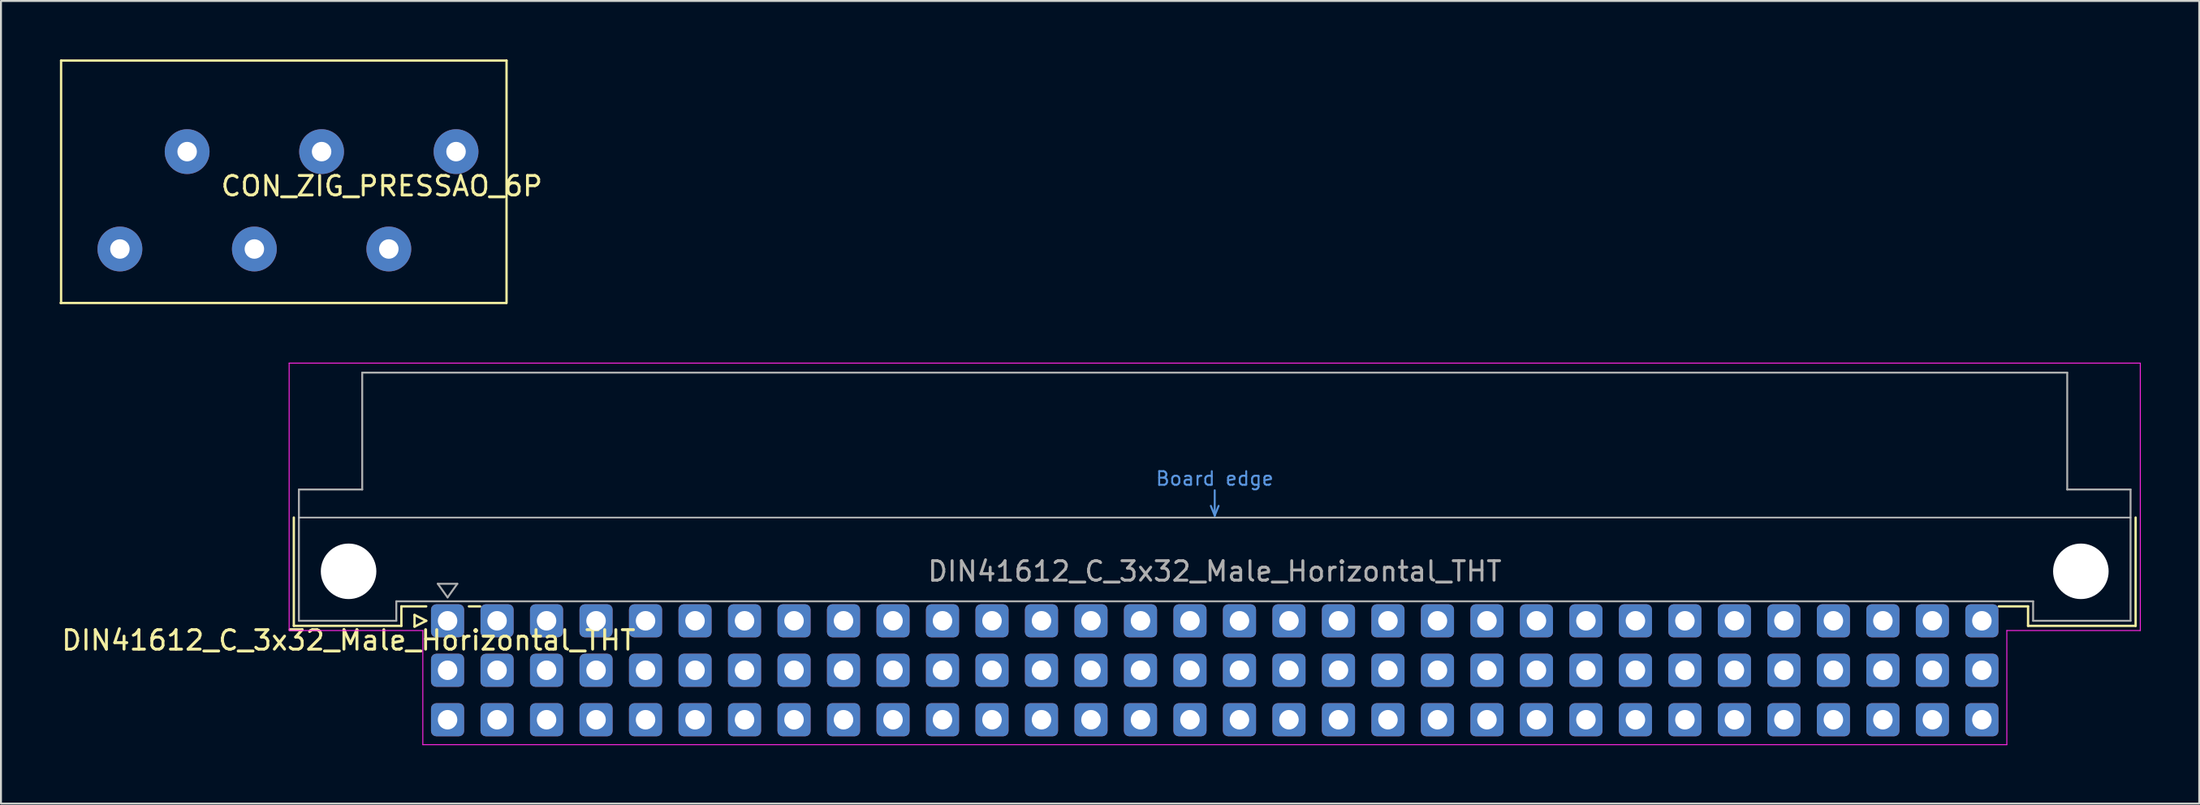
<source format=kicad_pcb>
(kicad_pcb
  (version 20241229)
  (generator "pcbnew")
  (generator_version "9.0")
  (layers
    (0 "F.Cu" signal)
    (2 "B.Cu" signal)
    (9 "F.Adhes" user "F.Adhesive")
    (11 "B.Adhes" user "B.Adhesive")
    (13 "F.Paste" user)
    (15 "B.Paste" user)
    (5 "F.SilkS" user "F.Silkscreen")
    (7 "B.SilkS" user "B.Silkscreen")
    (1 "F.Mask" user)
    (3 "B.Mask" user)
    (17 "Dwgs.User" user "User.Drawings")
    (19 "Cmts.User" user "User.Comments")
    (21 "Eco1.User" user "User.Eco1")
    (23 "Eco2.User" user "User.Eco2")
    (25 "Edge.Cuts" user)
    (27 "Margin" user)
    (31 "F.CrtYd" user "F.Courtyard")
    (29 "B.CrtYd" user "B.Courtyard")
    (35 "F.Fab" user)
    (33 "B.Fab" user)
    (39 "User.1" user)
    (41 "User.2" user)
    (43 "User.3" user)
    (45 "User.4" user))
  (footprint "DIN41612_C_3x32_Male_Horizontal_THT"
    (layer "F.Cu")
    (at 19.919 28.821)
    (property "Reference" "DIN41612_C_3x32_Male_Horizontal_THT" (at -5.08 1 0) (layer "F.SilkS") (effects (font (size 1 1) (thickness 0.15))))
    (attr through_hole)
    (fp_line (start -7.89 -5.3) (end -7.89 0.26) (stroke (width 0.12) (type solid)) (layer "F.SilkS"))
    (fp_line (start -7.89 0.26) (end -2.37 0.26) (stroke (width 0.12) (type solid)) (layer "F.SilkS"))
    (fp_line (start -2.371 -0.74) (end -1.095 -0.74) (stroke (width 0.12) (type solid)) (layer "F.SilkS"))
    (fp_line (start -2.37 0.26) (end -2.37 -0.74) (stroke (width 0.12) (type solid)) (layer "F.SilkS"))
    (fp_line (start -1.695 -0.3) (end -1.695 0.3) (stroke (width 0.12) (type solid)) (layer "F.SilkS"))
    (fp_line (start -1.695 0.3) (end -1.095 0) (stroke (width 0.12) (type solid)) (layer "F.SilkS"))
    (fp_line (start -1.095 0) (end -1.695 -0.3) (stroke (width 0.12) (type solid)) (layer "F.SilkS"))
    (fp_line (start 1.095 -0.74) (end 1.671 -0.74) (stroke (width 0.12) (type solid)) (layer "F.SilkS"))
    (fp_line (start 79.61 -0.74) (end 81.11 -0.74) (stroke (width 0.12) (type solid)) (layer "F.SilkS"))
    (fp_line (start 81.11 0.26) (end 81.11 -0.74) (stroke (width 0.12) (type solid)) (layer "F.SilkS"))
    (fp_line (start 86.63 -5.3) (end 86.63 0.26) (stroke (width 0.12) (type solid)) (layer "F.SilkS"))
    (fp_line (start 86.63 0.26) (end 81.11 0.26) (stroke (width 0.12) (type solid)) (layer "F.SilkS"))
    (fp_line (start -7.63 -5.3) (end 86.37 -5.3) (stroke (width 0.08) (type solid)) (layer "Dwgs.User"))
    (fp_line (start 39.17 -5.9) (end 39.37 -5.4) (stroke (width 0.1) (type solid)) (layer "Cmts.User"))
    (fp_line (start 39.37 -5.4) (end 39.37 -6.7) (stroke (width 0.1) (type solid)) (layer "Cmts.User"))
    (fp_line (start 39.37 -5.4) (end 39.57 -5.9) (stroke (width 0.1) (type solid)) (layer "Cmts.User"))
    (fp_line (start -8.13 -13.23) (end -8.13 0.5) (stroke (width 0.05) (type solid)) (layer "F.CrtYd"))
    (fp_line (start -8.13 0.5) (end -1.27 0.5) (stroke (width 0.05) (type solid)) (layer "F.CrtYd"))
    (fp_line (start -1.27 0.5) (end -1.27 6.36) (stroke (width 0.05) (type solid)) (layer "F.CrtYd"))
    (fp_line (start -1.27 6.36) (end 80.02 6.36) (stroke (width 0.05) (type solid)) (layer "F.CrtYd"))
    (fp_line (start 80.02 0.5) (end 86.87 0.5) (stroke (width 0.05) (type solid)) (layer "F.CrtYd"))
    (fp_line (start 80.02 6.36) (end 80.02 0.5) (stroke (width 0.05) (type solid)) (layer "F.CrtYd"))
    (fp_line (start 86.87 -13.23) (end -8.13 -13.23) (stroke (width 0.05) (type solid)) (layer "F.CrtYd"))
    (fp_line (start 86.87 0.5) (end 86.87 -13.23) (stroke (width 0.05) (type solid)) (layer "F.CrtYd"))
    (fp_line (start -7.63 -6.74) (end -7.63 0) (stroke (width 0.1) (type solid)) (layer "F.Fab"))
    (fp_line (start -7.63 0) (end -2.63 0) (stroke (width 0.1) (type solid)) (layer "F.Fab"))
    (fp_line (start -4.38 -12.74) (end -4.38 -6.74) (stroke (width 0.1) (type solid)) (layer "F.Fab"))
    (fp_line (start -4.38 -6.74) (end -7.63 -6.74) (stroke (width 0.1) (type solid)) (layer "F.Fab"))
    (fp_line (start -2.63 -1) (end 81.37 -1) (stroke (width 0.1) (type solid)) (layer "F.Fab"))
    (fp_line (start -2.63 0) (end -2.63 -1) (stroke (width 0.1) (type solid)) (layer "F.Fab"))
    (fp_line (start -0.5 -1.9) (end 0.5 -1.9) (stroke (width 0.1) (type solid)) (layer "F.Fab"))
    (fp_line (start 0 -1.2) (end -0.5 -1.9) (stroke (width 0.1) (type solid)) (layer "F.Fab"))
    (fp_line (start 0.5 -1.9) (end 0 -1.2) (stroke (width 0.1) (type solid)) (layer "F.Fab"))
    (fp_line (start 81.37 -1) (end 81.37 0) (stroke (width 0.1) (type solid)) (layer "F.Fab"))
    (fp_line (start 81.37 0) (end 86.37 0) (stroke (width 0.1) (type solid)) (layer "F.Fab"))
    (fp_line (start 83.12 -12.74) (end -4.38 -12.74) (stroke (width 0.1) (type solid)) (layer "F.Fab"))
    (fp_line (start 83.12 -6.74) (end 83.12 -12.74) (stroke (width 0.1) (type solid)) (layer "F.Fab"))
    (fp_line (start 86.37 -6.74) (end 83.12 -6.74) (stroke (width 0.1) (type solid)) (layer "F.Fab"))
    (fp_line (start 86.37 0) (end 86.37 -6.74) (stroke (width 0.1) (type solid)) (layer "F.Fab"))
    (fp_text user "Board edge" (at 39.37 -7.3 0) (layer "Cmts.User") (effects (font (size 0.7 0.7) (thickness 0.1))))
    (fp_text user "${REFERENCE}" (at 39.37 -2.54 0) (layer "F.Fab") (effects (font (size 1 1) (thickness 0.15))))
    (pad "" np_thru_hole circle (at -5.08 -2.54) (size 2.85 2.85) (drill 2.85) (layers "*.Cu" "*.Mask"))
    (pad "" np_thru_hole circle (at 83.82 -2.54) (size 2.85 2.85) (drill 2.85) (layers "*.Cu" "*.Mask"))
    (pad "1" thru_hole roundrect (at 0 0) (size 1.7 1.7) (drill 1) (layers "*.Cu" "*.Mask") (roundrect_rratio 0.161))
    (pad "1" thru_hole roundrect (at 0 2.54) (size 1.7 1.7) (drill 1) (layers "*.Cu" "*.Mask") (roundrect_rratio 0.161))
    (pad "1" thru_hole roundrect (at 0 5.08) (size 1.7 1.7) (drill 1) (layers "*.Cu" "*.Mask") (roundrect_rratio 0.161))
    (pad "2" thru_hole roundrect (at 2.54 0) (size 1.7 1.7) (drill 1) (layers "*.Cu" "*.Mask") (roundrect_rratio 0.161))
    (pad "2" thru_hole roundrect (at 2.54 2.54) (size 1.7 1.7) (drill 1) (layers "*.Cu" "*.Mask") (roundrect_rratio 0.161))
    (pad "2" thru_hole roundrect (at 2.54 5.08) (size 1.7 1.7) (drill 1) (layers "*.Cu" "*.Mask") (roundrect_rratio 0.161))
    (pad "3" thru_hole roundrect (at 5.08 0) (size 1.7 1.7) (drill 1) (layers "*.Cu" "*.Mask") (roundrect_rratio 0.161))
    (pad "3" thru_hole roundrect (at 5.08 2.54) (size 1.7 1.7) (drill 1) (layers "*.Cu" "*.Mask") (roundrect_rratio 0.161))
    (pad "3" thru_hole roundrect (at 5.08 5.08) (size 1.7 1.7) (drill 1) (layers "*.Cu" "*.Mask") (roundrect_rratio 0.161))
    (pad "4" thru_hole roundrect (at 7.62 0) (size 1.7 1.7) (drill 1) (layers "*.Cu" "*.Mask") (roundrect_rratio 0.161))
    (pad "4" thru_hole roundrect (at 7.62 2.54) (size 1.7 1.7) (drill 1) (layers "*.Cu" "*.Mask") (roundrect_rratio 0.161))
    (pad "4" thru_hole roundrect (at 7.62 5.08) (size 1.7 1.7) (drill 1) (layers "*.Cu" "*.Mask") (roundrect_rratio 0.161))
    (pad "5" thru_hole roundrect (at 10.16 0) (size 1.7 1.7) (drill 1) (layers "*.Cu" "*.Mask") (roundrect_rratio 0.161))
    (pad "5" thru_hole roundrect (at 10.16 2.54) (size 1.7 1.7) (drill 1) (layers "*.Cu" "*.Mask") (roundrect_rratio 0.161))
    (pad "5" thru_hole roundrect (at 10.16 5.08) (size 1.7 1.7) (drill 1) (layers "*.Cu" "*.Mask") (roundrect_rratio 0.161))
    (pad "6" thru_hole roundrect (at 12.7 0) (size 1.7 1.7) (drill 1) (layers "*.Cu" "*.Mask") (roundrect_rratio 0.161))
    (pad "6" thru_hole roundrect (at 12.7 2.54) (size 1.7 1.7) (drill 1) (layers "*.Cu" "*.Mask") (roundrect_rratio 0.161))
    (pad "6" thru_hole roundrect (at 12.7 5.08) (size 1.7 1.7) (drill 1) (layers "*.Cu" "*.Mask") (roundrect_rratio 0.161))
    (pad "7" thru_hole roundrect (at 15.24 0) (size 1.7 1.7) (drill 1) (layers "*.Cu" "*.Mask") (roundrect_rratio 0.161))
    (pad "7" thru_hole roundrect (at 15.24 2.54) (size 1.7 1.7) (drill 1) (layers "*.Cu" "*.Mask") (roundrect_rratio 0.161))
    (pad "7" thru_hole roundrect (at 15.24 5.08) (size 1.7 1.7) (drill 1) (layers "*.Cu" "*.Mask") (roundrect_rratio 0.161))
    (pad "8" thru_hole roundrect (at 17.78 0) (size 1.7 1.7) (drill 1) (layers "*.Cu" "*.Mask") (roundrect_rratio 0.161))
    (pad "8" thru_hole roundrect (at 17.78 2.54) (size 1.7 1.7) (drill 1) (layers "*.Cu" "*.Mask") (roundrect_rratio 0.161))
    (pad "8" thru_hole roundrect (at 17.78 5.08) (size 1.7 1.7) (drill 1) (layers "*.Cu" "*.Mask") (roundrect_rratio 0.161))
    (pad "9" thru_hole roundrect (at 20.32 0) (size 1.7 1.7) (drill 1) (layers "*.Cu" "*.Mask") (roundrect_rratio 0.161))
    (pad "9" thru_hole roundrect (at 20.32 2.54) (size 1.7 1.7) (drill 1) (layers "*.Cu" "*.Mask") (roundrect_rratio 0.161))
    (pad "9" thru_hole roundrect (at 20.32 5.08) (size 1.7 1.7) (drill 1) (layers "*.Cu" "*.Mask") (roundrect_rratio 0.161))
    (pad "10" thru_hole roundrect (at 22.86 0) (size 1.7 1.7) (drill 1) (layers "*.Cu" "*.Mask") (roundrect_rratio 0.161))
    (pad "10" thru_hole roundrect (at 22.86 2.54) (size 1.7 1.7) (drill 1) (layers "*.Cu" "*.Mask") (roundrect_rratio 0.161))
    (pad "10" thru_hole roundrect (at 22.86 5.08) (size 1.7 1.7) (drill 1) (layers "*.Cu" "*.Mask") (roundrect_rratio 0.161))
    (pad "11" thru_hole roundrect (at 25.4 0) (size 1.7 1.7) (drill 1) (layers "*.Cu" "*.Mask") (roundrect_rratio 0.161))
    (pad "11" thru_hole roundrect (at 25.4 2.54) (size 1.7 1.7) (drill 1) (layers "*.Cu" "*.Mask") (roundrect_rratio 0.161))
    (pad "11" thru_hole roundrect (at 25.4 5.08) (size 1.7 1.7) (drill 1) (layers "*.Cu" "*.Mask") (roundrect_rratio 0.161))
    (pad "12" thru_hole roundrect (at 27.94 0) (size 1.7 1.7) (drill 1) (layers "*.Cu" "*.Mask") (roundrect_rratio 0.161))
    (pad "12" thru_hole roundrect (at 27.94 2.54) (size 1.7 1.7) (drill 1) (layers "*.Cu" "*.Mask") (roundrect_rratio 0.161))
    (pad "12" thru_hole roundrect (at 27.94 5.08) (size 1.7 1.7) (drill 1) (layers "*.Cu" "*.Mask") (roundrect_rratio 0.161))
    (pad "13" thru_hole roundrect (at 30.48 0) (size 1.7 1.7) (drill 1) (layers "*.Cu" "*.Mask") (roundrect_rratio 0.161))
    (pad "13" thru_hole roundrect (at 30.48 2.54) (size 1.7 1.7) (drill 1) (layers "*.Cu" "*.Mask") (roundrect_rratio 0.161))
    (pad "13" thru_hole roundrect (at 30.48 5.08) (size 1.7 1.7) (drill 1) (layers "*.Cu" "*.Mask") (roundrect_rratio 0.161))
    (pad "14" thru_hole roundrect (at 33.02 0) (size 1.7 1.7) (drill 1) (layers "*.Cu" "*.Mask") (roundrect_rratio 0.161))
    (pad "14" thru_hole roundrect (at 33.02 2.54) (size 1.7 1.7) (drill 1) (layers "*.Cu" "*.Mask") (roundrect_rratio 0.161))
    (pad "14" thru_hole roundrect (at 33.02 5.08) (size 1.7 1.7) (drill 1) (layers "*.Cu" "*.Mask") (roundrect_rratio 0.161))
    (pad "15" thru_hole roundrect (at 35.56 0) (size 1.7 1.7) (drill 1) (layers "*.Cu" "*.Mask") (roundrect_rratio 0.161))
    (pad "15" thru_hole roundrect (at 35.56 2.54) (size 1.7 1.7) (drill 1) (layers "*.Cu" "*.Mask") (roundrect_rratio 0.161))
    (pad "15" thru_hole roundrect (at 35.56 5.08) (size 1.7 1.7) (drill 1) (layers "*.Cu" "*.Mask") (roundrect_rratio 0.161))
    (pad "16" thru_hole roundrect (at 38.1 0) (size 1.7 1.7) (drill 1) (layers "*.Cu" "*.Mask") (roundrect_rratio 0.161))
    (pad "16" thru_hole roundrect (at 38.1 2.54) (size 1.7 1.7) (drill 1) (layers "*.Cu" "*.Mask") (roundrect_rratio 0.161))
    (pad "16" thru_hole roundrect (at 38.1 5.08) (size 1.7 1.7) (drill 1) (layers "*.Cu" "*.Mask") (roundrect_rratio 0.161))
    (pad "17" thru_hole roundrect (at 40.64 0) (size 1.7 1.7) (drill 1) (layers "*.Cu" "*.Mask") (roundrect_rratio 0.161))
    (pad "17" thru_hole roundrect (at 40.64 2.54) (size 1.7 1.7) (drill 1) (layers "*.Cu" "*.Mask") (roundrect_rratio 0.161))
    (pad "17" thru_hole roundrect (at 40.64 5.08) (size 1.7 1.7) (drill 1) (layers "*.Cu" "*.Mask") (roundrect_rratio 0.161))
    (pad "18" thru_hole roundrect (at 43.18 0) (size 1.7 1.7) (drill 1) (layers "*.Cu" "*.Mask") (roundrect_rratio 0.161))
    (pad "18" thru_hole roundrect (at 43.18 2.54) (size 1.7 1.7) (drill 1) (layers "*.Cu" "*.Mask") (roundrect_rratio 0.161))
    (pad "18" thru_hole roundrect (at 43.18 5.08) (size 1.7 1.7) (drill 1) (layers "*.Cu" "*.Mask") (roundrect_rratio 0.161))
    (pad "19" thru_hole roundrect (at 45.72 0) (size 1.7 1.7) (drill 1) (layers "*.Cu" "*.Mask") (roundrect_rratio 0.161))
    (pad "19" thru_hole roundrect (at 45.72 2.54) (size 1.7 1.7) (drill 1) (layers "*.Cu" "*.Mask") (roundrect_rratio 0.161))
    (pad "19" thru_hole roundrect (at 45.72 5.08) (size 1.7 1.7) (drill 1) (layers "*.Cu" "*.Mask") (roundrect_rratio 0.161))
    (pad "20" thru_hole roundrect (at 48.26 0) (size 1.7 1.7) (drill 1) (layers "*.Cu" "*.Mask") (roundrect_rratio 0.161))
    (pad "20" thru_hole roundrect (at 48.26 2.54) (size 1.7 1.7) (drill 1) (layers "*.Cu" "*.Mask") (roundrect_rratio 0.161))
    (pad "20" thru_hole roundrect (at 48.26 5.08) (size 1.7 1.7) (drill 1) (layers "*.Cu" "*.Mask") (roundrect_rratio 0.161))
    (pad "21" thru_hole roundrect (at 50.8 0) (size 1.7 1.7) (drill 1) (layers "*.Cu" "*.Mask") (roundrect_rratio 0.161))
    (pad "21" thru_hole roundrect (at 50.8 2.54) (size 1.7 1.7) (drill 1) (layers "*.Cu" "*.Mask") (roundrect_rratio 0.161))
    (pad "21" thru_hole roundrect (at 50.8 5.08) (size 1.7 1.7) (drill 1) (layers "*.Cu" "*.Mask") (roundrect_rratio 0.161))
    (pad "22" thru_hole roundrect (at 53.34 0) (size 1.7 1.7) (drill 1) (layers "*.Cu" "*.Mask") (roundrect_rratio 0.161))
    (pad "22" thru_hole roundrect (at 53.34 2.54) (size 1.7 1.7) (drill 1) (layers "*.Cu" "*.Mask") (roundrect_rratio 0.161))
    (pad "22" thru_hole roundrect (at 53.34 5.08) (size 1.7 1.7) (drill 1) (layers "*.Cu" "*.Mask") (roundrect_rratio 0.161))
    (pad "23" thru_hole roundrect (at 55.88 0) (size 1.7 1.7) (drill 1) (layers "*.Cu" "*.Mask") (roundrect_rratio 0.161))
    (pad "23" thru_hole roundrect (at 55.88 2.54) (size 1.7 1.7) (drill 1) (layers "*.Cu" "*.Mask") (roundrect_rratio 0.161))
    (pad "23" thru_hole roundrect (at 55.88 5.08) (size 1.7 1.7) (drill 1) (layers "*.Cu" "*.Mask") (roundrect_rratio 0.161))
    (pad "24" thru_hole roundrect (at 58.42 0) (size 1.7 1.7) (drill 1) (layers "*.Cu" "*.Mask") (roundrect_rratio 0.161))
    (pad "24" thru_hole roundrect (at 58.42 2.54) (size 1.7 1.7) (drill 1) (layers "*.Cu" "*.Mask") (roundrect_rratio 0.161))
    (pad "24" thru_hole roundrect (at 58.42 5.08) (size 1.7 1.7) (drill 1) (layers "*.Cu" "*.Mask") (roundrect_rratio 0.161))
    (pad "25" thru_hole roundrect (at 60.96 0) (size 1.7 1.7) (drill 1) (layers "*.Cu" "*.Mask") (roundrect_rratio 0.161))
    (pad "25" thru_hole roundrect (at 60.96 2.54) (size 1.7 1.7) (drill 1) (layers "*.Cu" "*.Mask") (roundrect_rratio 0.161))
    (pad "25" thru_hole roundrect (at 60.96 5.08) (size 1.7 1.7) (drill 1) (layers "*.Cu" "*.Mask") (roundrect_rratio 0.161))
    (pad "26" thru_hole roundrect (at 63.5 0) (size 1.7 1.7) (drill 1) (layers "*.Cu" "*.Mask") (roundrect_rratio 0.161))
    (pad "26" thru_hole roundrect (at 63.5 2.54) (size 1.7 1.7) (drill 1) (layers "*.Cu" "*.Mask") (roundrect_rratio 0.161))
    (pad "26" thru_hole roundrect (at 63.5 5.08) (size 1.7 1.7) (drill 1) (layers "*.Cu" "*.Mask") (roundrect_rratio 0.161))
    (pad "27" thru_hole roundrect (at 66.04 0) (size 1.7 1.7) (drill 1) (layers "*.Cu" "*.Mask") (roundrect_rratio 0.161))
    (pad "27" thru_hole roundrect (at 66.04 2.54) (size 1.7 1.7) (drill 1) (layers "*.Cu" "*.Mask") (roundrect_rratio 0.161))
    (pad "28" thru_hole roundrect (at 68.58 0) (size 1.7 1.7) (drill 1) (layers "*.Cu" "*.Mask") (roundrect_rratio 0.161))
    (pad "28" thru_hole roundrect (at 68.58 2.54) (size 1.7 1.7) (drill 1) (layers "*.Cu" "*.Mask") (roundrect_rratio 0.161))
    (pad "28" thru_hole roundrect (at 68.58 5.08) (size 1.7 1.7) (drill 1) (layers "*.Cu" "*.Mask") (roundrect_rratio 0.161))
    (pad "29" thru_hole roundrect (at 71.12 0) (size 1.7 1.7) (drill 1) (layers "*.Cu" "*.Mask") (roundrect_rratio 0.161))
    (pad "29" thru_hole roundrect (at 71.12 2.54) (size 1.7 1.7) (drill 1) (layers "*.Cu" "*.Mask") (roundrect_rratio 0.161))
    (pad "29" thru_hole roundrect (at 71.12 5.08) (size 1.7 1.7) (drill 1) (layers "*.Cu" "*.Mask") (roundrect_rratio 0.161))
    (pad "30" thru_hole roundrect (at 73.66 0) (size 1.7 1.7) (drill 1) (layers "*.Cu" "*.Mask") (roundrect_rratio 0.161))
    (pad "30" thru_hole roundrect (at 73.66 2.54) (size 1.7 1.7) (drill 1) (layers "*.Cu" "*.Mask") (roundrect_rratio 0.161))
    (pad "30" thru_hole roundrect (at 73.66 5.08) (size 1.7 1.7) (drill 1) (layers "*.Cu" "*.Mask") (roundrect_rratio 0.161))
    (pad "31" thru_hole roundrect (at 76.2 0) (size 1.7 1.7) (drill 1) (layers "*.Cu" "*.Mask") (roundrect_rratio 0.161))
    (pad "31" thru_hole roundrect (at 76.2 2.54) (size 1.7 1.7) (drill 1) (layers "*.Cu" "*.Mask") (roundrect_rratio 0.161))
    (pad "31" thru_hole roundrect (at 76.2 5.08) (size 1.7 1.7) (drill 1) (layers "*.Cu" "*.Mask") (roundrect_rratio 0.161))
    (pad "32" thru_hole roundrect (at 78.74 0) (size 1.7 1.7) (drill 1) (layers "*.Cu" "*.Mask") (roundrect_rratio 0.161))
    (pad "32" thru_hole roundrect (at 78.74 2.54) (size 1.7 1.7) (drill 1) (layers "*.Cu" "*.Mask") (roundrect_rratio 0.161))
    (pad "32" thru_hole roundrect (at 78.74 5.08) (size 1.7 1.7) (drill 1) (layers "*.Cu" "*.Mask") (roundrect_rratio 0.161))
    (pad "33" thru_hole roundrect (at 66.04 5.08) (size 1.7 1.7) (drill 1) (layers "*.Cu" "*.Mask") (roundrect_rratio 0.161)))
  (footprint "CON_ZIG_PRESSAO_6P"
    (layer "F.Cu")
    (at 11.007 8.442)
    (property "Reference" "CON_ZIG_PRESSAO_6P" (at 5.537 -1.938 0) (layer "F.SilkS") (effects (font (size 1 1) (thickness 0.15))))
    (attr through_hole)
    (fp_line (start -10.922 -8.382) (end 11.938 -8.382) (stroke (width 0.12) (type solid)) (layer "F.SilkS"))
    (fp_line (start -10.922 4.064) (end -10.922 -8.382) (stroke (width 0.12) (type solid)) (layer "F.SilkS"))
    (fp_line (start 11.913 4.064) (end -10.947 4.064) (stroke (width 0.12) (type solid)) (layer "F.SilkS"))
    (fp_line (start 11.938 -8.382) (end 11.938 4.064) (stroke (width 0.12) (type solid)) (layer "F.SilkS"))
    (pad "1" thru_hole circle (at 9.347 -3.708) (size 2.3 2.3) (drill 1) (layers "*.Cu" "*.Mask"))
    (pad "2" thru_hole circle (at 2.447 -3.708) (size 2.3 2.3) (drill 1) (layers "*.Cu" "*.Mask"))
    (pad "3" thru_hole circle (at -4.453 -3.708) (size 2.3 2.3) (drill 1) (layers "*.Cu" "*.Mask"))
    (pad "4" thru_hole circle (at 5.897 1.292) (size 2.3 2.3) (drill 1) (layers "*.Cu" "*.Mask"))
    (pad "5" thru_hole circle (at -1.003 1.292) (size 2.3 2.3) (drill 1) (layers "*.Cu" "*.Mask"))
    (pad "6" thru_hole circle (at -7.903 1.292) (size 2.3 2.3) (drill 1) (layers "*.Cu" "*.Mask")))
  (gr_rect
    (start -3 -3)
    (end 109.814 38.206)
    (stroke (width 0.1) (type default))
    (fill no)
    (layer "Edge.Cuts")))
</source>
